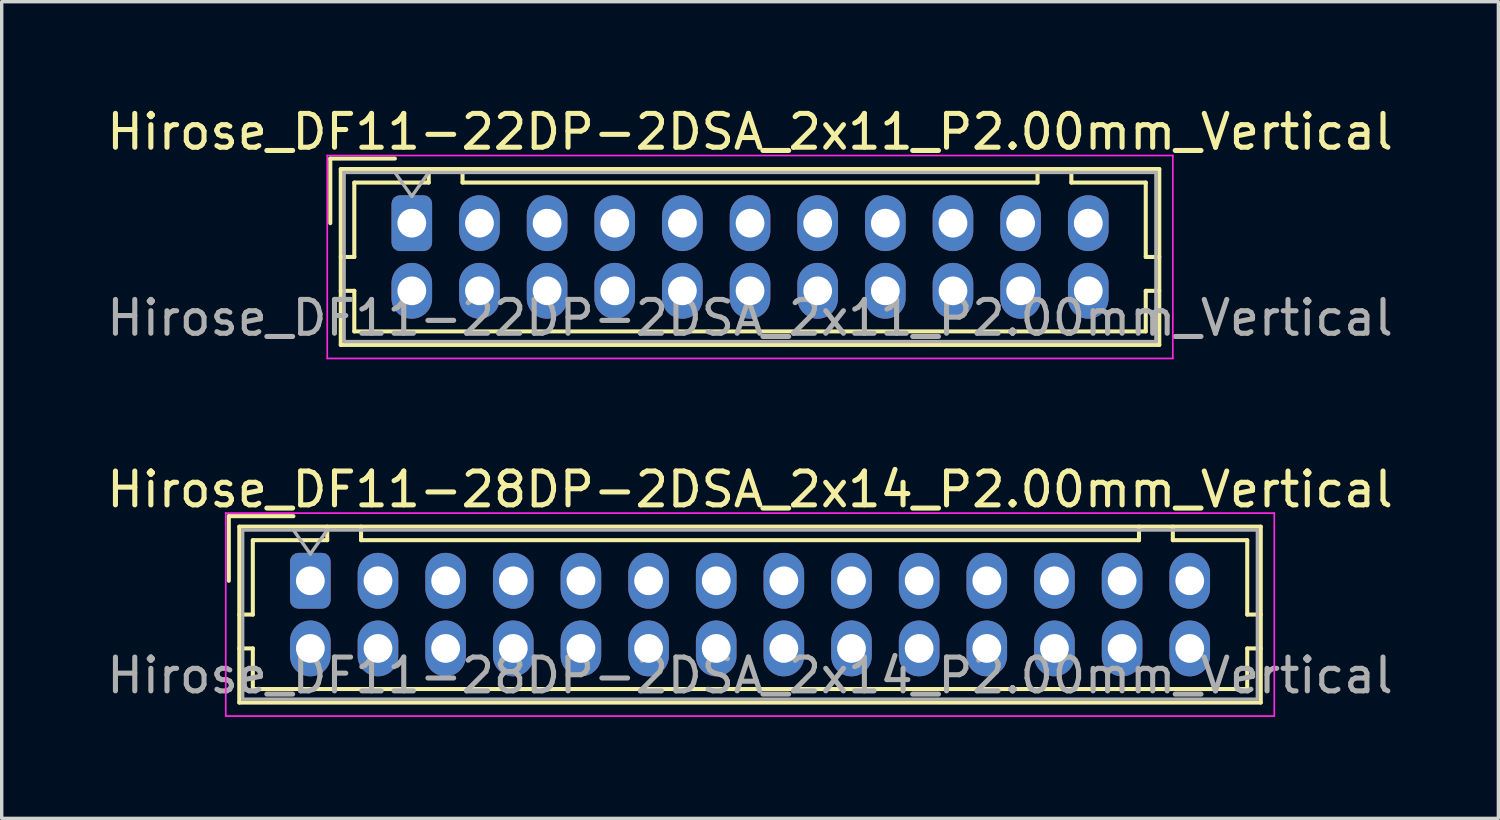
<source format=kicad_pcb>
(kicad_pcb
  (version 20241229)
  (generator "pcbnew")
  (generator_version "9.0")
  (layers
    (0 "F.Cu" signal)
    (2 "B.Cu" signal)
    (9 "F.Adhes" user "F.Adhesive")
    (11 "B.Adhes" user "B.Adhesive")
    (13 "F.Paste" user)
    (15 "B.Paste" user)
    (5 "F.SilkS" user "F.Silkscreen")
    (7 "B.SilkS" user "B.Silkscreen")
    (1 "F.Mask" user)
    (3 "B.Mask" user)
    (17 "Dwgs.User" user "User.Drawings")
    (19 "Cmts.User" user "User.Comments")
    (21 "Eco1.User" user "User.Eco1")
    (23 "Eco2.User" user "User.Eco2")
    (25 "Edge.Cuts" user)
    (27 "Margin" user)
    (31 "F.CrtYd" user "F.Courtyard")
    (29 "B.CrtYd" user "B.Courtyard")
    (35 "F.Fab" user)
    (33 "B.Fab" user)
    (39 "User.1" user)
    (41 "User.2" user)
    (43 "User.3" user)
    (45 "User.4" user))
  (footprint "Hirose_DF11-28DP-2DSA_2x14_P2.00mm_Vertical"
    (layer "F.Cu")
    (at 6.125 14.121)
    (property "Reference" "Hirose_DF11-28DP-2DSA_2x14_P2.00mm_Vertical" (at 13 -2.7 0) (layer "F.SilkS") (effects (font (size 1 1) (thickness 0.15))))
    (attr through_hole)
    (fp_line (start -2.41 -1.91) (end -0.5 -1.91) (stroke (width 0.12) (type solid)) (layer "F.SilkS"))
    (fp_line (start -2.41 0) (end -2.41 -1.91) (stroke (width 0.12) (type solid)) (layer "F.SilkS"))
    (fp_line (start -2.1 -1.6) (end -2.1 3.6) (stroke (width 0.12) (type solid)) (layer "F.SilkS"))
    (fp_line (start -2.1 1) (end -1.7 1) (stroke (width 0.12) (type solid)) (layer "F.SilkS"))
    (fp_line (start -2.1 2) (end -1.7 2) (stroke (width 0.12) (type solid)) (layer "F.SilkS"))
    (fp_line (start -2.1 3.6) (end 28.1 3.6) (stroke (width 0.12) (type solid)) (layer "F.SilkS"))
    (fp_line (start -1.7 -1.2) (end 0.5 -1.2) (stroke (width 0.12) (type solid)) (layer "F.SilkS"))
    (fp_line (start -1.7 1) (end -1.7 -1.2) (stroke (width 0.12) (type solid)) (layer "F.SilkS"))
    (fp_line (start -1.7 2) (end -1.7 3.2) (stroke (width 0.12) (type solid)) (layer "F.SilkS"))
    (fp_line (start -1.7 3.2) (end 27.7 3.2) (stroke (width 0.12) (type solid)) (layer "F.SilkS"))
    (fp_line (start 0.5 -1.2) (end 0.5 -1.6) (stroke (width 0.12) (type solid)) (layer "F.SilkS"))
    (fp_line (start 1.5 -1.6) (end 1.5 -1.2) (stroke (width 0.12) (type solid)) (layer "F.SilkS"))
    (fp_line (start 1.5 -1.2) (end 24.5 -1.2) (stroke (width 0.12) (type solid)) (layer "F.SilkS"))
    (fp_line (start 24.5 -1.2) (end 24.5 -1.6) (stroke (width 0.12) (type solid)) (layer "F.SilkS"))
    (fp_line (start 25.5 -1.2) (end 25.5 -1.6) (stroke (width 0.12) (type solid)) (layer "F.SilkS"))
    (fp_line (start 27.7 -1.2) (end 25.5 -1.2) (stroke (width 0.12) (type solid)) (layer "F.SilkS"))
    (fp_line (start 27.7 1) (end 27.7 -1.2) (stroke (width 0.12) (type solid)) (layer "F.SilkS"))
    (fp_line (start 27.7 2) (end 28.1 2) (stroke (width 0.12) (type solid)) (layer "F.SilkS"))
    (fp_line (start 27.7 3.2) (end 27.7 2) (stroke (width 0.12) (type solid)) (layer "F.SilkS"))
    (fp_line (start 28.1 -1.6) (end -2.1 -1.6) (stroke (width 0.12) (type solid)) (layer "F.SilkS"))
    (fp_line (start 28.1 1) (end 27.7 1) (stroke (width 0.12) (type solid)) (layer "F.SilkS"))
    (fp_line (start 28.1 3.6) (end 28.1 -1.6) (stroke (width 0.12) (type solid)) (layer "F.SilkS"))
    (fp_line (start -2.5 -2) (end -2.5 4) (stroke (width 0.05) (type solid)) (layer "F.CrtYd"))
    (fp_line (start -2.5 4) (end 28.5 4) (stroke (width 0.05) (type solid)) (layer "F.CrtYd"))
    (fp_line (start 28.5 -2) (end -2.5 -2) (stroke (width 0.05) (type solid)) (layer "F.CrtYd"))
    (fp_line (start 28.5 4) (end 28.5 -2) (stroke (width 0.05) (type solid)) (layer "F.CrtYd"))
    (fp_line (start -2 -1.5) (end -2 3.5) (stroke (width 0.1) (type solid)) (layer "F.Fab"))
    (fp_line (start -2 3.5) (end 28 3.5) (stroke (width 0.1) (type solid)) (layer "F.Fab"))
    (fp_line (start -0.5 -1.5) (end 0 -0.793) (stroke (width 0.1) (type solid)) (layer "F.Fab"))
    (fp_line (start 0 -0.793) (end 0.5 -1.5) (stroke (width 0.1) (type solid)) (layer "F.Fab"))
    (fp_line (start 28 -1.5) (end -2 -1.5) (stroke (width 0.1) (type solid)) (layer "F.Fab"))
    (fp_line (start 28 3.5) (end 28 -1.5) (stroke (width 0.1) (type solid)) (layer "F.Fab"))
    (fp_text user "${REFERENCE}" (at 13 2.8 0) (layer "F.Fab") (effects (font (size 1 1) (thickness 0.15))))
    (pad "1" thru_hole roundrect (at 0 0) (size 1.2 1.65) (drill 0.85) (layers "*.Cu" "*.Mask") (roundrect_rratio 0.208))
    (pad "2" thru_hole oval (at 0 2) (size 1.2 1.65) (drill 0.85) (layers "*.Cu" "*.Mask"))
    (pad "3" thru_hole oval (at 2 0) (size 1.2 1.65) (drill 0.85) (layers "*.Cu" "*.Mask"))
    (pad "4" thru_hole oval (at 2 2) (size 1.2 1.65) (drill 0.85) (layers "*.Cu" "*.Mask"))
    (pad "5" thru_hole oval (at 4 0) (size 1.2 1.65) (drill 0.85) (layers "*.Cu" "*.Mask"))
    (pad "6" thru_hole oval (at 4 2) (size 1.2 1.65) (drill 0.85) (layers "*.Cu" "*.Mask"))
    (pad "7" thru_hole oval (at 6 0) (size 1.2 1.65) (drill 0.85) (layers "*.Cu" "*.Mask"))
    (pad "8" thru_hole oval (at 6 2) (size 1.2 1.65) (drill 0.85) (layers "*.Cu" "*.Mask"))
    (pad "9" thru_hole oval (at 8 0) (size 1.2 1.65) (drill 0.85) (layers "*.Cu" "*.Mask"))
    (pad "10" thru_hole oval (at 8 2) (size 1.2 1.65) (drill 0.85) (layers "*.Cu" "*.Mask"))
    (pad "11" thru_hole oval (at 10 0) (size 1.2 1.65) (drill 0.85) (layers "*.Cu" "*.Mask"))
    (pad "12" thru_hole oval (at 10 2) (size 1.2 1.65) (drill 0.85) (layers "*.Cu" "*.Mask"))
    (pad "13" thru_hole oval (at 12 0) (size 1.2 1.65) (drill 0.85) (layers "*.Cu" "*.Mask"))
    (pad "14" thru_hole oval (at 12 2) (size 1.2 1.65) (drill 0.85) (layers "*.Cu" "*.Mask"))
    (pad "15" thru_hole oval (at 14 0) (size 1.2 1.65) (drill 0.85) (layers "*.Cu" "*.Mask"))
    (pad "16" thru_hole oval (at 14 2) (size 1.2 1.65) (drill 0.85) (layers "*.Cu" "*.Mask"))
    (pad "17" thru_hole oval (at 16 0) (size 1.2 1.65) (drill 0.85) (layers "*.Cu" "*.Mask"))
    (pad "18" thru_hole oval (at 16 2) (size 1.2 1.65) (drill 0.85) (layers "*.Cu" "*.Mask"))
    (pad "19" thru_hole oval (at 18 0) (size 1.2 1.65) (drill 0.85) (layers "*.Cu" "*.Mask"))
    (pad "20" thru_hole oval (at 18 2) (size 1.2 1.65) (drill 0.85) (layers "*.Cu" "*.Mask"))
    (pad "21" thru_hole oval (at 20 0) (size 1.2 1.65) (drill 0.85) (layers "*.Cu" "*.Mask"))
    (pad "22" thru_hole oval (at 20 2) (size 1.2 1.65) (drill 0.85) (layers "*.Cu" "*.Mask"))
    (pad "23" thru_hole oval (at 22 0) (size 1.2 1.65) (drill 0.85) (layers "*.Cu" "*.Mask"))
    (pad "24" thru_hole oval (at 22 2) (size 1.2 1.65) (drill 0.85) (layers "*.Cu" "*.Mask"))
    (pad "25" thru_hole oval (at 24 0) (size 1.2 1.65) (drill 0.85) (layers "*.Cu" "*.Mask"))
    (pad "26" thru_hole oval (at 24 2) (size 1.2 1.65) (drill 0.85) (layers "*.Cu" "*.Mask"))
    (pad "27" thru_hole oval (at 26 0) (size 1.2 1.65) (drill 0.85) (layers "*.Cu" "*.Mask"))
    (pad "28" thru_hole oval (at 26 2) (size 1.2 1.65) (drill 0.85) (layers "*.Cu" "*.Mask")))
  (footprint "Hirose_DF11-22DP-2DSA_2x11_P2.00mm_Vertical"
    (layer "F.Cu")
    (at 9.125 3.548)
    (property "Reference" "Hirose_DF11-22DP-2DSA_2x11_P2.00mm_Vertical" (at 10 -2.7 0) (layer "F.SilkS") (effects (font (size 1 1) (thickness 0.15))))
    (attr through_hole)
    (fp_line (start -2.41 -1.91) (end -0.5 -1.91) (stroke (width 0.12) (type solid)) (layer "F.SilkS"))
    (fp_line (start -2.41 0) (end -2.41 -1.91) (stroke (width 0.12) (type solid)) (layer "F.SilkS"))
    (fp_line (start -2.1 -1.6) (end -2.1 3.6) (stroke (width 0.12) (type solid)) (layer "F.SilkS"))
    (fp_line (start -2.1 1) (end -1.7 1) (stroke (width 0.12) (type solid)) (layer "F.SilkS"))
    (fp_line (start -2.1 2) (end -1.7 2) (stroke (width 0.12) (type solid)) (layer "F.SilkS"))
    (fp_line (start -2.1 3.6) (end 22.1 3.6) (stroke (width 0.12) (type solid)) (layer "F.SilkS"))
    (fp_line (start -1.7 -1.2) (end 0.5 -1.2) (stroke (width 0.12) (type solid)) (layer "F.SilkS"))
    (fp_line (start -1.7 1) (end -1.7 -1.2) (stroke (width 0.12) (type solid)) (layer "F.SilkS"))
    (fp_line (start -1.7 2) (end -1.7 3.2) (stroke (width 0.12) (type solid)) (layer "F.SilkS"))
    (fp_line (start -1.7 3.2) (end 21.7 3.2) (stroke (width 0.12) (type solid)) (layer "F.SilkS"))
    (fp_line (start 0.5 -1.2) (end 0.5 -1.6) (stroke (width 0.12) (type solid)) (layer "F.SilkS"))
    (fp_line (start 1.5 -1.6) (end 1.5 -1.2) (stroke (width 0.12) (type solid)) (layer "F.SilkS"))
    (fp_line (start 1.5 -1.2) (end 18.5 -1.2) (stroke (width 0.12) (type solid)) (layer "F.SilkS"))
    (fp_line (start 18.5 -1.2) (end 18.5 -1.6) (stroke (width 0.12) (type solid)) (layer "F.SilkS"))
    (fp_line (start 19.5 -1.2) (end 19.5 -1.6) (stroke (width 0.12) (type solid)) (layer "F.SilkS"))
    (fp_line (start 21.7 -1.2) (end 19.5 -1.2) (stroke (width 0.12) (type solid)) (layer "F.SilkS"))
    (fp_line (start 21.7 1) (end 21.7 -1.2) (stroke (width 0.12) (type solid)) (layer "F.SilkS"))
    (fp_line (start 21.7 2) (end 22.1 2) (stroke (width 0.12) (type solid)) (layer "F.SilkS"))
    (fp_line (start 21.7 3.2) (end 21.7 2) (stroke (width 0.12) (type solid)) (layer "F.SilkS"))
    (fp_line (start 22.1 -1.6) (end -2.1 -1.6) (stroke (width 0.12) (type solid)) (layer "F.SilkS"))
    (fp_line (start 22.1 1) (end 21.7 1) (stroke (width 0.12) (type solid)) (layer "F.SilkS"))
    (fp_line (start 22.1 3.6) (end 22.1 -1.6) (stroke (width 0.12) (type solid)) (layer "F.SilkS"))
    (fp_line (start -2.5 -2) (end -2.5 4) (stroke (width 0.05) (type solid)) (layer "F.CrtYd"))
    (fp_line (start -2.5 4) (end 22.5 4) (stroke (width 0.05) (type solid)) (layer "F.CrtYd"))
    (fp_line (start 22.5 -2) (end -2.5 -2) (stroke (width 0.05) (type solid)) (layer "F.CrtYd"))
    (fp_line (start 22.5 4) (end 22.5 -2) (stroke (width 0.05) (type solid)) (layer "F.CrtYd"))
    (fp_line (start -2 -1.5) (end -2 3.5) (stroke (width 0.1) (type solid)) (layer "F.Fab"))
    (fp_line (start -2 3.5) (end 22 3.5) (stroke (width 0.1) (type solid)) (layer "F.Fab"))
    (fp_line (start -0.5 -1.5) (end 0 -0.793) (stroke (width 0.1) (type solid)) (layer "F.Fab"))
    (fp_line (start 0 -0.793) (end 0.5 -1.5) (stroke (width 0.1) (type solid)) (layer "F.Fab"))
    (fp_line (start 22 -1.5) (end -2 -1.5) (stroke (width 0.1) (type solid)) (layer "F.Fab"))
    (fp_line (start 22 3.5) (end 22 -1.5) (stroke (width 0.1) (type solid)) (layer "F.Fab"))
    (fp_text user "${REFERENCE}" (at 10 2.8 0) (layer "F.Fab") (effects (font (size 1 1) (thickness 0.15))))
    (pad "1" thru_hole roundrect (at 0 0) (size 1.2 1.65) (drill 0.85) (layers "*.Cu" "*.Mask") (roundrect_rratio 0.208))
    (pad "2" thru_hole oval (at 0 2) (size 1.2 1.65) (drill 0.85) (layers "*.Cu" "*.Mask"))
    (pad "3" thru_hole oval (at 2 0) (size 1.2 1.65) (drill 0.85) (layers "*.Cu" "*.Mask"))
    (pad "4" thru_hole oval (at 2 2) (size 1.2 1.65) (drill 0.85) (layers "*.Cu" "*.Mask"))
    (pad "5" thru_hole oval (at 4 0) (size 1.2 1.65) (drill 0.85) (layers "*.Cu" "*.Mask"))
    (pad "6" thru_hole oval (at 4 2) (size 1.2 1.65) (drill 0.85) (layers "*.Cu" "*.Mask"))
    (pad "7" thru_hole oval (at 6 0) (size 1.2 1.65) (drill 0.85) (layers "*.Cu" "*.Mask"))
    (pad "8" thru_hole oval (at 6 2) (size 1.2 1.65) (drill 0.85) (layers "*.Cu" "*.Mask"))
    (pad "9" thru_hole oval (at 8 0) (size 1.2 1.65) (drill 0.85) (layers "*.Cu" "*.Mask"))
    (pad "10" thru_hole oval (at 8 2) (size 1.2 1.65) (drill 0.85) (layers "*.Cu" "*.Mask"))
    (pad "11" thru_hole oval (at 10 0) (size 1.2 1.65) (drill 0.85) (layers "*.Cu" "*.Mask"))
    (pad "12" thru_hole oval (at 10 2) (size 1.2 1.65) (drill 0.85) (layers "*.Cu" "*.Mask"))
    (pad "13" thru_hole oval (at 12 0) (size 1.2 1.65) (drill 0.85) (layers "*.Cu" "*.Mask"))
    (pad "14" thru_hole oval (at 12 2) (size 1.2 1.65) (drill 0.85) (layers "*.Cu" "*.Mask"))
    (pad "15" thru_hole oval (at 14 0) (size 1.2 1.65) (drill 0.85) (layers "*.Cu" "*.Mask"))
    (pad "16" thru_hole oval (at 14 2) (size 1.2 1.65) (drill 0.85) (layers "*.Cu" "*.Mask"))
    (pad "17" thru_hole oval (at 16 0) (size 1.2 1.65) (drill 0.85) (layers "*.Cu" "*.Mask"))
    (pad "18" thru_hole oval (at 16 2) (size 1.2 1.65) (drill 0.85) (layers "*.Cu" "*.Mask"))
    (pad "19" thru_hole oval (at 18 0) (size 1.2 1.65) (drill 0.85) (layers "*.Cu" "*.Mask"))
    (pad "20" thru_hole oval (at 18 2) (size 1.2 1.65) (drill 0.85) (layers "*.Cu" "*.Mask"))
    (pad "21" thru_hole oval (at 20 0) (size 1.2 1.65) (drill 0.85) (layers "*.Cu" "*.Mask"))
    (pad "22" thru_hole oval (at 20 2) (size 1.2 1.65) (drill 0.85) (layers "*.Cu" "*.Mask")))
  (gr_rect
    (start -3 -3)
    (end 41.25 21.146)
    (stroke (width 0.1) (type default))
    (fill no)
    (layer "Edge.Cuts")))
</source>
